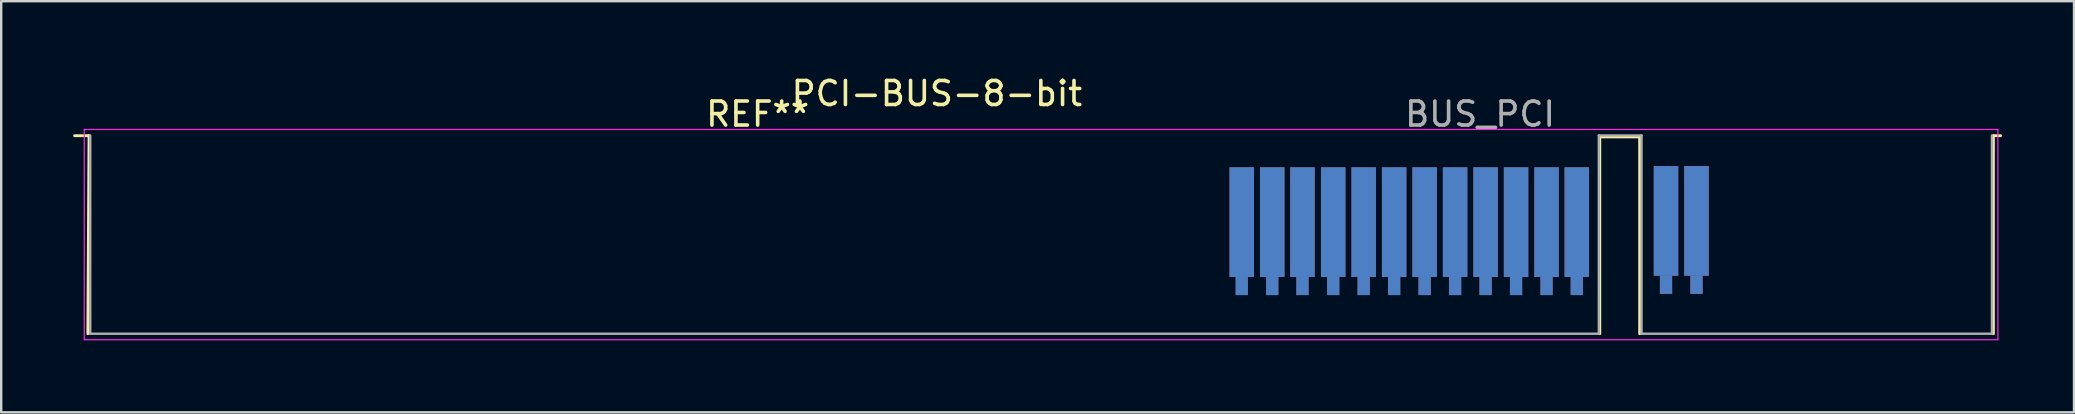
<source format=kicad_pcb>
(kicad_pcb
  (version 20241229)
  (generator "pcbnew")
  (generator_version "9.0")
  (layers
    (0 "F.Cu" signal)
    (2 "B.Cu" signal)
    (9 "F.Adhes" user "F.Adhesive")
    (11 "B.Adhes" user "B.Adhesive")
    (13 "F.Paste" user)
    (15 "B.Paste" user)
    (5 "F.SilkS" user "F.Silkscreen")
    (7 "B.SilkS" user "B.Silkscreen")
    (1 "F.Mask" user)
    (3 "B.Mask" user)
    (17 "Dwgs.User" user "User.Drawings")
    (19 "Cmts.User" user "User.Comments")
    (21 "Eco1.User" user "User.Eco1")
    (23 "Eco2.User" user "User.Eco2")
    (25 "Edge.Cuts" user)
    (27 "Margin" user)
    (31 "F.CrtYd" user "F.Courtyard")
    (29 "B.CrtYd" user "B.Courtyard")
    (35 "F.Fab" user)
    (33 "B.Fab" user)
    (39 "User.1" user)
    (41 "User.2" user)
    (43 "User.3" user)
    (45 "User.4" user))
  (footprint "PCI-BUS-8-bit"
    (layer "F.Cu")
    (at 35.987 0.348)
    (property "Reference" "PCI-BUS-8-bit" (at 0 0.5 0) (layer "F.SilkS") (effects (font (size 1 1) (thickness 0.15))))
    (attr through_hole)
    (fp_line (start -35.927 2.257) (end -35.327 2.257) (stroke (width 0.12) (type solid)) (layer "F.SilkS"))
    (fp_line (start -35.327 2.257) (end -35.377 10.507) (stroke (width 0.12) (type solid)) (layer "F.SilkS"))
    (fp_line (start 27.623 2.307) (end 29.273 2.307) (stroke (width 0.12) (type solid)) (layer "F.SilkS"))
    (fp_line (start 27.623 10.507) (end 27.623 2.307) (stroke (width 0.12) (type solid)) (layer "F.SilkS"))
    (fp_line (start 29.286 10.507) (end 29.286 2.307) (stroke (width 0.12) (type solid)) (layer "F.SilkS"))
    (fp_line (start 44.023 2.257) (end 44.323 2.257) (stroke (width 0.12) (type solid)) (layer "F.SilkS"))
    (fp_line (start 44.023 10.507) (end 44.023 2.257) (stroke (width 0.12) (type solid)) (layer "F.SilkS"))
    (fp_line (start -35.527 1.997) (end -35.527 10.757) (stroke (width 0.05) (type solid)) (layer "F.CrtYd"))
    (fp_line (start -35.527 1.997) (end 44.213 1.997) (stroke (width 0.05) (type solid)) (layer "F.CrtYd"))
    (fp_line (start 44.213 10.757) (end -35.527 10.757) (stroke (width 0.05) (type solid)) (layer "F.CrtYd"))
    (fp_line (start 44.213 10.757) (end 44.213 1.997) (stroke (width 0.05) (type solid)) (layer "F.CrtYd"))
    (fp_line (start -35.277 2.247) (end -35.277 10.507) (stroke (width 0.1) (type solid)) (layer "F.Fab"))
    (fp_line (start -35.277 10.507) (end 27.583 10.507) (stroke (width 0.1) (type solid)) (layer "F.Fab"))
    (fp_line (start 27.583 2.247) (end 29.363 2.247) (stroke (width 0.1) (type solid)) (layer "F.Fab"))
    (fp_line (start 27.583 10.507) (end 27.583 2.247) (stroke (width 0.1) (type solid)) (layer "F.Fab"))
    (fp_line (start 29.363 2.247) (end 29.363 10.507) (stroke (width 0.1) (type solid)) (layer "F.Fab"))
    (fp_line (start 29.363 10.507) (end 43.963 10.507) (stroke (width 0.1) (type solid)) (layer "F.Fab"))
    (fp_line (start 43.963 10.507) (end 43.963 2.247) (stroke (width 0.1) (type solid)) (layer "F.Fab"))
    (fp_text user "REF**" (at -7.467 1.357 0) (layer "F.SilkS") (effects (font (size 1 1) (thickness 0.15))))
    (fp_text user "BUS_PCI" (at 22.633 1.357 0) (layer "F.Fab") (effects (font (size 1 1) (thickness 0.15))))
    (pad "A1" connect rect (at 12.705 5.858) (size 1.02 4.57) (layers "B.Cu" "B.Mask"))
    (pad "A1" connect rect (at 12.705 8.518) (size 0.51 0.76) (layers "B.Cu" "B.Mask"))
    (pad "A2" connect rect (at 13.975 5.858) (size 1.02 4.57) (layers "B.Cu" "B.Mask"))
    (pad "A2" connect rect (at 13.975 8.518) (size 0.51 0.76) (layers "B.Cu" "B.Mask"))
    (pad "A3" connect rect (at 15.235 5.858) (size 1.02 4.57) (layers "B.Cu" "B.Mask"))
    (pad "A3" connect rect (at 15.235 8.518) (size 0.51 0.76) (layers "B.Cu" "B.Mask"))
    (pad "A4" connect rect (at 16.515 5.858) (size 1.02 4.57) (layers "B.Cu" "B.Mask"))
    (pad "A4" connect rect (at 16.515 8.518) (size 0.51 0.76) (layers "B.Cu" "B.Mask"))
    (pad "A5" connect rect (at 17.785 5.858) (size 1.02 4.57) (layers "B.Cu" "B.Mask"))
    (pad "A5" connect rect (at 17.785 8.518) (size 0.51 0.76) (layers "B.Cu" "B.Mask"))
    (pad "A6" connect rect (at 19.055 5.858) (size 1.02 4.57) (layers "B.Cu" "B.Mask"))
    (pad "A6" connect rect (at 19.055 8.518) (size 0.51 0.76) (layers "B.Cu" "B.Mask"))
    (pad "A7" connect rect (at 20.325 5.858) (size 1.02 4.57) (layers "B.Cu" "B.Mask"))
    (pad "A7" connect rect (at 20.325 8.518) (size 0.51 0.76) (layers "B.Cu" "B.Mask"))
    (pad "A8" connect rect (at 21.595 5.858) (size 1.02 4.57) (layers "B.Cu" "B.Mask"))
    (pad "A8" connect rect (at 21.595 8.518) (size 0.51 0.76) (layers "B.Cu" "B.Mask"))
    (pad "A9" connect rect (at 22.865 5.858) (size 1.02 4.57) (layers "B.Cu" "B.Mask"))
    (pad "A9" connect rect (at 22.865 8.518) (size 0.51 0.76) (layers "B.Cu" "B.Mask"))
    (pad "A10" connect rect (at 24.135 5.858) (size 1.02 4.57) (layers "B.Cu" "B.Mask"))
    (pad "A10" connect rect (at 24.135 8.518) (size 0.51 0.76) (layers "B.Cu" "B.Mask"))
    (pad "A11" connect rect (at 25.405 5.858) (size 1.02 4.57) (layers "B.Cu" "B.Mask"))
    (pad "A11" connect rect (at 25.405 8.518) (size 0.51 0.76) (layers "B.Cu" "B.Mask"))
    (pad "A12" connect rect (at 26.665 5.858) (size 1.02 4.57) (layers "B.Cu" "B.Mask"))
    (pad "A12" connect rect (at 26.665 8.518) (size 0.51 0.76) (layers "B.Cu" "B.Mask"))
    (pad "A52" connect rect (at 30.383 5.807) (size 1.02 4.57) (layers "B.Cu" "B.Mask"))
    (pad "A52" connect rect (at 30.383 8.467) (size 0.51 0.76) (layers "B.Cu" "B.Mask"))
    (pad "A53" connect rect (at 31.653 5.807) (size 1.02 4.57) (layers "B.Cu" "B.Mask"))
    (pad "A53" connect rect (at 31.653 8.467) (size 0.51 0.76) (layers "B.Cu" "B.Mask"))
    (pad "B1" connect rect (at 12.705 5.858) (size 1.02 4.57) (layers "F.Cu" "F.Mask"))
    (pad "B1" connect rect (at 12.705 8.518) (size 0.51 0.76) (layers "F.Cu" "F.Mask"))
    (pad "B2" connect rect (at 13.975 5.858) (size 1.02 4.57) (layers "F.Cu" "F.Mask"))
    (pad "B2" connect rect (at 13.975 8.518) (size 0.51 0.76) (layers "F.Cu" "F.Mask"))
    (pad "B3" connect rect (at 15.235 5.858) (size 1.02 4.57) (layers "F.Cu" "F.Mask"))
    (pad "B3" connect rect (at 15.235 8.518) (size 0.51 0.76) (layers "F.Cu" "F.Mask"))
    (pad "B4" connect rect (at 16.515 5.858) (size 1.02 4.57) (layers "F.Cu" "F.Mask"))
    (pad "B4" connect rect (at 16.515 8.518) (size 0.51 0.76) (layers "F.Cu" "F.Mask"))
    (pad "B5" connect rect (at 17.785 5.858) (size 1.02 4.57) (layers "F.Cu" "F.Mask"))
    (pad "B5" connect rect (at 17.785 8.518) (size 0.51 0.76) (layers "F.Cu" "F.Mask"))
    (pad "B6" connect rect (at 19.055 5.858) (size 1.02 4.57) (layers "F.Cu" "F.Mask"))
    (pad "B6" connect rect (at 19.055 8.518) (size 0.51 0.76) (layers "F.Cu" "F.Mask"))
    (pad "B7" connect rect (at 20.325 5.858) (size 1.02 4.57) (layers "F.Cu" "F.Mask"))
    (pad "B7" connect rect (at 20.325 8.518) (size 0.51 0.76) (layers "F.Cu" "F.Mask"))
    (pad "B8" connect rect (at 21.595 5.858) (size 1.02 4.57) (layers "F.Cu" "F.Mask"))
    (pad "B8" connect rect (at 21.595 8.518) (size 0.51 0.76) (layers "F.Cu" "F.Mask"))
    (pad "B9" connect rect (at 22.865 5.858) (size 1.02 4.57) (layers "F.Cu" "F.Mask"))
    (pad "B9" connect rect (at 22.865 8.518) (size 0.51 0.76) (layers "F.Cu" "F.Mask"))
    (pad "B10" connect rect (at 24.135 5.858) (size 1.02 4.57) (layers "F.Cu" "F.Mask"))
    (pad "B10" connect rect (at 24.135 8.518) (size 0.51 0.76) (layers "F.Cu" "F.Mask"))
    (pad "B11" connect rect (at 25.405 5.858) (size 1.02 4.57) (layers "F.Cu" "F.Mask"))
    (pad "B11" connect rect (at 25.405 8.518) (size 0.51 0.76) (layers "F.Cu" "F.Mask"))
    (pad "B12" connect rect (at 26.665 5.858) (size 1.02 4.57) (layers "F.Cu" "F.Mask"))
    (pad "B12" connect rect (at 26.665 8.518) (size 0.51 0.76) (layers "F.Cu" "F.Mask"))
    (pad "B52" connect rect (at 30.383 5.807) (size 1.02 4.57) (layers "F.Cu" "F.Mask"))
    (pad "B52" connect rect (at 30.383 8.467) (size 0.51 0.76) (layers "F.Cu" "F.Mask"))
    (pad "B53" connect rect (at 31.653 5.807) (size 1.02 4.57) (layers "F.Cu" "F.Mask"))
    (pad "B53" connect rect (at 31.653 8.467) (size 0.51 0.76) (layers "F.Cu" "F.Mask")))
  (gr_rect
    (start -3 -3)
    (end 83.37 14.131)
    (stroke (width 0.1) (type default))
    (fill no)
    (layer "Edge.Cuts")))
</source>
